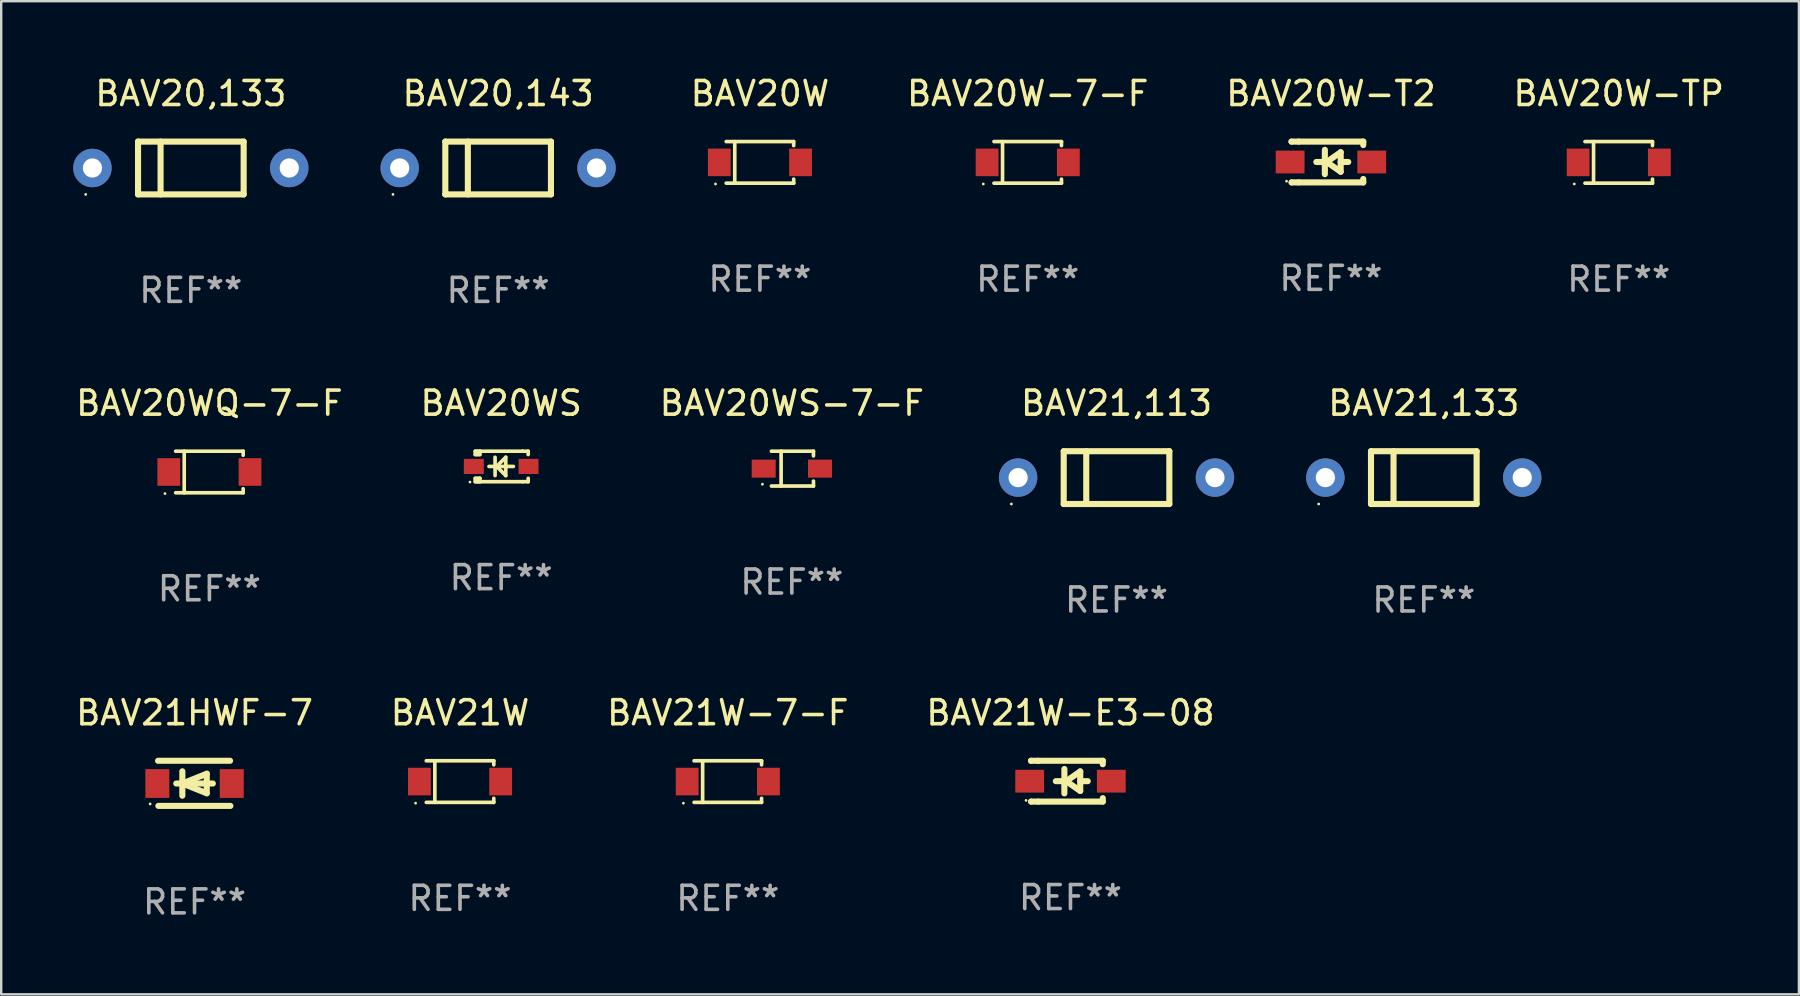
<source format=kicad_pcb>
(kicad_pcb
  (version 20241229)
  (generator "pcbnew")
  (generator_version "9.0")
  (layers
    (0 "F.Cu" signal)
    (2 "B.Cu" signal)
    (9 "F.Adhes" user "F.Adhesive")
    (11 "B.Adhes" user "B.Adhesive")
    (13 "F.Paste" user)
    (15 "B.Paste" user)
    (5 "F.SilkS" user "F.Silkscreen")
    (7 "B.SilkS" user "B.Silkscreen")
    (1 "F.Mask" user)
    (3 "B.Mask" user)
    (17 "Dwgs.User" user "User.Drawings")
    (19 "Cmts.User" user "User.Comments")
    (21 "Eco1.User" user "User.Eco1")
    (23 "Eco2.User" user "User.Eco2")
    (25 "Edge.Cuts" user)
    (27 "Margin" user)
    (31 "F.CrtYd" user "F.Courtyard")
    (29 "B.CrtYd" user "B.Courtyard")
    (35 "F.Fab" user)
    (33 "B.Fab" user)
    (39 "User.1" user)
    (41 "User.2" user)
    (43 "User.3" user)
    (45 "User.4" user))
  (footprint "BAV20W"
    (layer "F.Cu")
    (at 28.606 3.714)
    (property "Reference" "BAV20W" (at 0 -2.866 0) (layer "F.SilkS") (effects (font (size 1 1) (thickness 0.15))))
    (attr through_hole)
    (fp_line (start -1.406 -0.866) (end 1.406 -0.866) (stroke (width 0.152) (type solid)) (layer "F.SilkS"))
    (fp_line (start -1.406 0.866) (end 1.406 0.866) (stroke (width 0.152) (type solid)) (layer "F.SilkS"))
    (fp_line (start -1.049 -0.866) (end -1.049 0.866) (stroke (width 0.152) (type solid)) (layer "F.SilkS"))
    (fp_line (start 1.406 -0.866) (end 1.406 -0.698) (stroke (width 0.152) (type solid)) (layer "F.SilkS"))
    (fp_line (start 1.406 0.866) (end 1.406 0.698) (stroke (width 0.152) (type solid)) (layer "F.SilkS"))
    (fp_circle (center -1.851 0.9) (end -1.821 0.9) (stroke (width 0.06) (type solid)) (fill no) (layer "F.SilkS"))
    (fp_text user "REF**" (at 0 4.866 0) (layer "F.Fab") (effects (font (size 1 1) (thickness 0.15))))
    (pad "1" smd rect (at -1.692 0) (size 0.95 1.15) (layers "F.Cu" "F.Mask" "F.Paste"))
    (pad "2" smd rect (at 1.692 0) (size 0.95 1.15) (layers "F.Cu" "F.Mask" "F.Paste")))
  (footprint "BAV20WS-7-F"
    (layer "F.Cu")
    (at 29.935 16.471)
    (property "Reference" "BAV20WS-7-F" (at 0 -2.726 0) (layer "F.SilkS") (effects (font (size 1 1) (thickness 0.15))))
    (attr through_hole)
    (fp_line (start -0.851 -0.726) (end 0.901 -0.726) (stroke (width 0.152) (type solid)) (layer "F.SilkS"))
    (fp_line (start -0.851 0.726) (end 0.901 0.726) (stroke (width 0.152) (type solid)) (layer "F.SilkS"))
    (fp_line (start -0.447 -0.726) (end -0.447 0.726) (stroke (width 0.152) (type solid)) (layer "F.SilkS"))
    (fp_line (start 0.901 -0.726) (end 0.901 -0.53) (stroke (width 0.152) (type solid)) (layer "F.SilkS"))
    (fp_line (start 0.901 0.726) (end 0.901 0.52) (stroke (width 0.152) (type solid)) (layer "F.SilkS"))
    (fp_circle (center -1.225 0.65) (end -1.195 0.65) (stroke (width 0.06) (type solid)) (fill no) (layer "F.SilkS"))
    (fp_text user "REF**" (at 0 4.726 0) (layer "F.Fab") (effects (font (size 1 1) (thickness 0.15))))
    (pad "1" smd rect (at -1.173 0) (size 1 0.75) (layers "F.Cu" "F.Mask" "F.Paste"))
    (pad "2" smd rect (at 1.173 0) (size 1 0.75) (layers "F.Cu" "F.Mask" "F.Paste")))
  (footprint "BAV21HWF-7"
    (layer "F.Cu")
    (at 5.054 29.581)
    (property "Reference" "BAV21HWF-7" (at 0 -2.94 0) (layer "F.SilkS") (effects (font (size 1 1) (thickness 0.15))))
    (attr through_hole)
    (fp_line (start -1.52 -0.94) (end 1.48 -0.94) (stroke (width 0.254) (type solid)) (layer "F.SilkS"))
    (fp_line (start -1.507 0.94) (end 1.493 0.94) (stroke (width 0.254) (type solid)) (layer "F.SilkS"))
    (fp_line (start -0.762 0.007) (end 0.762 0.007) (stroke (width 0.254) (type solid)) (layer "F.SilkS"))
    (fp_line (start -0.508 -0.501) (end -0.508 0.515) (stroke (width 0.254) (type solid)) (layer "F.SilkS"))
    (fp_line (start -0.508 0.007) (end 0.508 -0.4) (stroke (width 0.254) (type solid)) (layer "F.SilkS"))
    (fp_line (start 0.508 -0.4) (end 0.508 0.413) (stroke (width 0.254) (type solid)) (layer "F.SilkS"))
    (fp_line (start 0.508 0.413) (end -0.508 0.007) (stroke (width 0.254) (type solid)) (layer "F.SilkS"))
    (fp_circle (center -1.85 0.857) (end -1.82 0.857) (stroke (width 0.06) (type solid)) (fill no) (layer "F.SilkS"))
    (fp_text user "REF**" (at 0 4.94 0) (layer "F.Fab") (effects (font (size 1 1) (thickness 0.15))))
    (pad "1" smd rect (at -1.55 0.007) (size 1 1.2) (layers "F.Cu" "F.Mask" "F.Paste"))
    (pad "2" smd rect (at 1.55 0.007) (size 1 1.2) (layers "F.Cu" "F.Mask" "F.Paste")))
  (footprint "BAV21W-E3-08"
    (layer "F.Cu")
    (at 41.542 29.491)
    (property "Reference" "BAV21W-E3-08" (at 0 -2.85 0) (layer "F.SilkS") (effects (font (size 1 1) (thickness 0.15))))
    (attr through_hole)
    (fp_line (start -1.643 -0.85) (end -1.644 -0.849) (stroke (width 0.254) (type solid)) (layer "F.SilkS"))
    (fp_line (start -1.638 0.85) (end -1.639 0.849) (stroke (width 0.254) (type solid)) (layer "F.SilkS"))
    (fp_line (start -1.346 -0.85) (end -1.643 -0.85) (stroke (width 0.254) (type solid)) (layer "F.SilkS"))
    (fp_line (start -1.346 -0.85) (end 1.346 -0.85) (stroke (width 0.254) (type solid)) (layer "F.SilkS"))
    (fp_line (start -1.346 0.85) (end -1.638 0.85) (stroke (width 0.254) (type solid)) (layer "F.SilkS"))
    (fp_line (start -0.28 0) (end -0.61 0) (stroke (width 0.254) (type solid)) (layer "F.SilkS"))
    (fp_line (start -0.254 -0.508) (end -0.254 0.508) (stroke (width 0.254) (type solid)) (layer "F.SilkS"))
    (fp_line (start -0.178 0) (end 0.406 -0.406) (stroke (width 0.254) (type solid)) (layer "F.SilkS"))
    (fp_line (start 0.406 -0.406) (end 0.406 0.406) (stroke (width 0.254) (type solid)) (layer "F.SilkS"))
    (fp_line (start 0.406 -0.000254) (end 0.72 -0.000254) (stroke (width 0.254) (type solid)) (layer "F.SilkS"))
    (fp_line (start 0.406 0.406) (end -0.178 0) (stroke (width 0.254) (type solid)) (layer "F.SilkS"))
    (fp_line (start 1.346 -0.85) (end 1.346 -0.706) (stroke (width 0.254) (type solid)) (layer "F.SilkS"))
    (fp_line (start 1.346 0.706) (end 1.346 0.85) (stroke (width 0.254) (type solid)) (layer "F.SilkS"))
    (fp_line (start 1.346 0.85) (end -1.346 0.85) (stroke (width 0.254) (type solid)) (layer "F.SilkS"))
    (fp_circle (center -1.85 0.8) (end -1.82 0.8) (stroke (width 0.06) (type solid)) (fill no) (layer "F.SilkS"))
    (fp_text user "REF**" (at 0 4.85 0) (layer "F.Fab") (effects (font (size 1 1) (thickness 0.15))))
    (pad "1" smd rect (at -1.7 0) (size 1.2 0.95) (layers "F.Cu" "F.Mask" "F.Paste"))
    (pad "2" smd rect (at 1.7 0) (size 1.2 0.95) (layers "F.Cu" "F.Mask" "F.Paste")))
  (footprint "BAV21W"
    (layer "F.Cu")
    (at 16.113 29.507)
    (property "Reference" "BAV21W" (at 0 -2.866 0) (layer "F.SilkS") (effects (font (size 1 1) (thickness 0.15))))
    (attr through_hole)
    (fp_line (start -1.406 -0.866) (end 1.406 -0.866) (stroke (width 0.152) (type solid)) (layer "F.SilkS"))
    (fp_line (start -1.406 0.866) (end 1.406 0.866) (stroke (width 0.152) (type solid)) (layer "F.SilkS"))
    (fp_line (start -1.049 -0.866) (end -1.049 0.866) (stroke (width 0.152) (type solid)) (layer "F.SilkS"))
    (fp_line (start 1.406 -0.866) (end 1.406 -0.698) (stroke (width 0.152) (type solid)) (layer "F.SilkS"))
    (fp_line (start 1.406 0.866) (end 1.406 0.698) (stroke (width 0.152) (type solid)) (layer "F.SilkS"))
    (fp_circle (center -1.851 0.9) (end -1.821 0.9) (stroke (width 0.06) (type solid)) (fill no) (layer "F.SilkS"))
    (fp_text user "REF**" (at 0 4.866 0) (layer "F.Fab") (effects (font (size 1 1) (thickness 0.15))))
    (pad "1" smd rect (at -1.692 0) (size 0.95 1.15) (layers "F.Cu" "F.Mask" "F.Paste"))
    (pad "2" smd rect (at 1.692 0) (size 0.95 1.15) (layers "F.Cu" "F.Mask" "F.Paste")))
  (footprint "BAV21,113"
    (layer "F.Cu")
    (at 43.46 16.845)
    (property "Reference" "BAV21,113" (at 0 -3.1 0) (layer "F.SilkS") (effects (font (size 1 1) (thickness 0.15))))
    (attr through_hole)
    (fp_line (start -2.2 -1.1) (end -2.2 1.1) (stroke (width 0.254) (type solid)) (layer "F.SilkS"))
    (fp_line (start -2.2 -1.1) (end 2.2 -1.1) (stroke (width 0.254) (type solid)) (layer "F.SilkS"))
    (fp_line (start -2.2 1.1) (end 2.2 1.1) (stroke (width 0.254) (type solid)) (layer "F.SilkS"))
    (fp_line (start -1.261 -1.1) (end -1.261 1.1) (stroke (width 0.254) (type solid)) (layer "F.SilkS"))
    (fp_line (start 2.2 -1.1) (end 2.2 1.1) (stroke (width 0.254) (type solid)) (layer "F.SilkS"))
    (fp_circle (center -4.38 1.1) (end -4.35 1.1) (stroke (width 0.06) (type solid)) (fill no) (layer "F.SilkS"))
    (fp_text user "REF**" (at 0 5.1 0) (layer "F.Fab") (effects (font (size 1 1) (thickness 0.15))))
    (pad "1" thru_hole circle (at -4.1 0) (size 1.6 1.6) (drill 0.8) (layers "*.Cu" "*.Mask"))
    (pad "2" thru_hole circle (at 4.1 0) (size 1.6 1.6) (drill 0.8) (layers "*.Cu" "*.Mask")))
  (footprint "BAV20W-T2"
    (layer "F.Cu")
    (at 52.392 3.698)
    (property "Reference" "BAV20W-T2" (at 0 -2.85 0) (layer "F.SilkS") (effects (font (size 1 1) (thickness 0.15))))
    (attr through_hole)
    (fp_line (start -1.643 -0.85) (end -1.644 -0.849) (stroke (width 0.254) (type solid)) (layer "F.SilkS"))
    (fp_line (start -1.638 0.85) (end -1.639 0.849) (stroke (width 0.254) (type solid)) (layer "F.SilkS"))
    (fp_line (start -1.346 -0.85) (end -1.643 -0.85) (stroke (width 0.254) (type solid)) (layer "F.SilkS"))
    (fp_line (start -1.346 -0.85) (end 1.346 -0.85) (stroke (width 0.254) (type solid)) (layer "F.SilkS"))
    (fp_line (start -1.346 0.85) (end -1.638 0.85) (stroke (width 0.254) (type solid)) (layer "F.SilkS"))
    (fp_line (start -0.28 0) (end -0.61 0) (stroke (width 0.254) (type solid)) (layer "F.SilkS"))
    (fp_line (start -0.254 -0.508) (end -0.254 0.508) (stroke (width 0.254) (type solid)) (layer "F.SilkS"))
    (fp_line (start -0.178 0) (end 0.406 -0.406) (stroke (width 0.254) (type solid)) (layer "F.SilkS"))
    (fp_line (start 0.406 -0.406) (end 0.406 0.406) (stroke (width 0.254) (type solid)) (layer "F.SilkS"))
    (fp_line (start 0.406 -0.000254) (end 0.72 -0.000254) (stroke (width 0.254) (type solid)) (layer "F.SilkS"))
    (fp_line (start 0.406 0.406) (end -0.178 0) (stroke (width 0.254) (type solid)) (layer "F.SilkS"))
    (fp_line (start 1.346 -0.85) (end 1.346 -0.706) (stroke (width 0.254) (type solid)) (layer "F.SilkS"))
    (fp_line (start 1.346 0.706) (end 1.346 0.85) (stroke (width 0.254) (type solid)) (layer "F.SilkS"))
    (fp_line (start 1.346 0.85) (end -1.346 0.85) (stroke (width 0.254) (type solid)) (layer "F.SilkS"))
    (fp_circle (center -1.85 0.8) (end -1.82 0.8) (stroke (width 0.06) (type solid)) (fill no) (layer "F.SilkS"))
    (fp_text user "REF**" (at 0 4.85 0) (layer "F.Fab") (effects (font (size 1 1) (thickness 0.15))))
    (pad "1" smd rect (at -1.7 0) (size 1.2 0.95) (layers "F.Cu" "F.Mask" "F.Paste"))
    (pad "2" smd rect (at 1.7 0) (size 1.2 0.95) (layers "F.Cu" "F.Mask" "F.Paste")))
  (footprint "BAV20WQ-7-F"
    (layer "F.Cu")
    (at 5.673 16.611)
    (property "Reference" "BAV20WQ-7-F" (at 0 -2.866 0) (layer "F.SilkS") (effects (font (size 1 1) (thickness 0.15))))
    (attr through_hole)
    (fp_line (start -1.406 -0.866) (end 1.406 -0.866) (stroke (width 0.152) (type solid)) (layer "F.SilkS"))
    (fp_line (start -1.406 0.866) (end 1.406 0.866) (stroke (width 0.152) (type solid)) (layer "F.SilkS"))
    (fp_line (start -1.049 -0.866) (end -1.049 0.866) (stroke (width 0.152) (type solid)) (layer "F.SilkS"))
    (fp_line (start 1.406 -0.866) (end 1.406 -0.698) (stroke (width 0.152) (type solid)) (layer "F.SilkS"))
    (fp_line (start 1.406 0.866) (end 1.406 0.698) (stroke (width 0.152) (type solid)) (layer "F.SilkS"))
    (fp_circle (center -1.851 0.9) (end -1.821 0.9) (stroke (width 0.06) (type solid)) (fill no) (layer "F.SilkS"))
    (fp_text user "REF**" (at 0 4.866 0) (layer "F.Fab") (effects (font (size 1 1) (thickness 0.15))))
    (pad "1" smd rect (at -1.692 0) (size 0.95 1.15) (layers "F.Cu" "F.Mask" "F.Paste"))
    (pad "2" smd rect (at 1.692 0) (size 0.95 1.15) (layers "F.Cu" "F.Mask" "F.Paste")))
  (footprint "BAV21,133"
    (layer "F.Cu")
    (at 56.26 16.845)
    (property "Reference" "BAV21,133" (at 0 -3.1 0) (layer "F.SilkS") (effects (font (size 1 1) (thickness 0.15))))
    (attr through_hole)
    (fp_line (start -2.2 -1.1) (end -2.2 1.1) (stroke (width 0.254) (type solid)) (layer "F.SilkS"))
    (fp_line (start -2.2 -1.1) (end 2.2 -1.1) (stroke (width 0.254) (type solid)) (layer "F.SilkS"))
    (fp_line (start -2.2 1.1) (end 2.2 1.1) (stroke (width 0.254) (type solid)) (layer "F.SilkS"))
    (fp_line (start -1.261 -1.1) (end -1.261 1.1) (stroke (width 0.254) (type solid)) (layer "F.SilkS"))
    (fp_line (start 2.2 -1.1) (end 2.2 1.1) (stroke (width 0.254) (type solid)) (layer "F.SilkS"))
    (fp_circle (center -4.38 1.1) (end -4.35 1.1) (stroke (width 0.06) (type solid)) (fill no) (layer "F.SilkS"))
    (fp_text user "REF**" (at 0 5.1 0) (layer "F.Fab") (effects (font (size 1 1) (thickness 0.15))))
    (pad "1" thru_hole circle (at -4.1 0) (size 1.6 1.6) (drill 0.8) (layers "*.Cu" "*.Mask"))
    (pad "2" thru_hole circle (at 4.1 0) (size 1.6 1.6) (drill 0.8) (layers "*.Cu" "*.Mask")))
  (footprint "BAV20W-7-F"
    (layer "F.Cu")
    (at 39.761 3.714)
    (property "Reference" "BAV20W-7-F" (at 0 -2.866 0) (layer "F.SilkS") (effects (font (size 1 1) (thickness 0.15))))
    (attr through_hole)
    (fp_line (start -1.406 -0.866) (end 1.406 -0.866) (stroke (width 0.152) (type solid)) (layer "F.SilkS"))
    (fp_line (start -1.406 0.866) (end 1.406 0.866) (stroke (width 0.152) (type solid)) (layer "F.SilkS"))
    (fp_line (start -1.049 -0.866) (end -1.049 0.866) (stroke (width 0.152) (type solid)) (layer "F.SilkS"))
    (fp_line (start 1.406 -0.866) (end 1.406 -0.698) (stroke (width 0.152) (type solid)) (layer "F.SilkS"))
    (fp_line (start 1.406 0.866) (end 1.406 0.698) (stroke (width 0.152) (type solid)) (layer "F.SilkS"))
    (fp_circle (center -1.851 0.9) (end -1.821 0.9) (stroke (width 0.06) (type solid)) (fill no) (layer "F.SilkS"))
    (fp_text user "REF**" (at 0 4.866 0) (layer "F.Fab") (effects (font (size 1 1) (thickness 0.15))))
    (pad "1" smd rect (at -1.692 0) (size 0.95 1.15) (layers "F.Cu" "F.Mask" "F.Paste"))
    (pad "2" smd rect (at 1.692 0) (size 0.95 1.15) (layers "F.Cu" "F.Mask" "F.Paste")))
  (footprint "BAV20,143"
    (layer "F.Cu")
    (at 17.7 3.948)
    (property "Reference" "BAV20,143" (at 0 -3.1 0) (layer "F.SilkS") (effects (font (size 1 1) (thickness 0.15))))
    (attr through_hole)
    (fp_line (start -2.2 -1.1) (end -2.2 1.1) (stroke (width 0.254) (type solid)) (layer "F.SilkS"))
    (fp_line (start -2.2 -1.1) (end 2.2 -1.1) (stroke (width 0.254) (type solid)) (layer "F.SilkS"))
    (fp_line (start -2.2 1.1) (end 2.2 1.1) (stroke (width 0.254) (type solid)) (layer "F.SilkS"))
    (fp_line (start -1.261 -1.1) (end -1.261 1.1) (stroke (width 0.254) (type solid)) (layer "F.SilkS"))
    (fp_line (start 2.2 -1.1) (end 2.2 1.1) (stroke (width 0.254) (type solid)) (layer "F.SilkS"))
    (fp_circle (center -4.38 1.1) (end -4.35 1.1) (stroke (width 0.06) (type solid)) (fill no) (layer "F.SilkS"))
    (fp_text user "REF**" (at 0 5.1 0) (layer "F.Fab") (effects (font (size 1 1) (thickness 0.15))))
    (pad "1" thru_hole circle (at -4.1 0) (size 1.6 1.6) (drill 0.8) (layers "*.Cu" "*.Mask"))
    (pad "2" thru_hole circle (at 4.1 0) (size 1.6 1.6) (drill 0.8) (layers "*.Cu" "*.Mask")))
  (footprint "BAV20,133"
    (layer "F.Cu")
    (at 4.9 3.948)
    (property "Reference" "BAV20,133" (at 0 -3.1 0) (layer "F.SilkS") (effects (font (size 1 1) (thickness 0.15))))
    (attr through_hole)
    (fp_line (start -2.2 -1.1) (end -2.2 1.1) (stroke (width 0.254) (type solid)) (layer "F.SilkS"))
    (fp_line (start -2.2 -1.1) (end 2.2 -1.1) (stroke (width 0.254) (type solid)) (layer "F.SilkS"))
    (fp_line (start -2.2 1.1) (end 2.2 1.1) (stroke (width 0.254) (type solid)) (layer "F.SilkS"))
    (fp_line (start -1.261 -1.1) (end -1.261 1.1) (stroke (width 0.254) (type solid)) (layer "F.SilkS"))
    (fp_line (start 2.2 -1.1) (end 2.2 1.1) (stroke (width 0.254) (type solid)) (layer "F.SilkS"))
    (fp_circle (center -4.38 1.1) (end -4.35 1.1) (stroke (width 0.06) (type solid)) (fill no) (layer "F.SilkS"))
    (fp_text user "REF**" (at 0 5.1 0) (layer "F.Fab") (effects (font (size 1 1) (thickness 0.15))))
    (pad "1" thru_hole circle (at -4.1 0) (size 1.6 1.6) (drill 0.8) (layers "*.Cu" "*.Mask"))
    (pad "2" thru_hole circle (at 4.1 0) (size 1.6 1.6) (drill 0.8) (layers "*.Cu" "*.Mask")))
  (footprint "BAV21W-7-F"
    (layer "F.Cu")
    (at 27.268 29.507)
    (property "Reference" "BAV21W-7-F" (at 0 -2.866 0) (layer "F.SilkS") (effects (font (size 1 1) (thickness 0.15))))
    (attr through_hole)
    (fp_line (start -1.406 -0.866) (end 1.406 -0.866) (stroke (width 0.152) (type solid)) (layer "F.SilkS"))
    (fp_line (start -1.406 0.866) (end 1.406 0.866) (stroke (width 0.152) (type solid)) (layer "F.SilkS"))
    (fp_line (start -1.049 -0.866) (end -1.049 0.866) (stroke (width 0.152) (type solid)) (layer "F.SilkS"))
    (fp_line (start 1.406 -0.866) (end 1.406 -0.698) (stroke (width 0.152) (type solid)) (layer "F.SilkS"))
    (fp_line (start 1.406 0.866) (end 1.406 0.698) (stroke (width 0.152) (type solid)) (layer "F.SilkS"))
    (fp_circle (center -1.851 0.9) (end -1.821 0.9) (stroke (width 0.06) (type solid)) (fill no) (layer "F.SilkS"))
    (fp_text user "REF**" (at 0 4.866 0) (layer "F.Fab") (effects (font (size 1 1) (thickness 0.15))))
    (pad "1" smd rect (at -1.692 0) (size 0.95 1.15) (layers "F.Cu" "F.Mask" "F.Paste"))
    (pad "2" smd rect (at 1.692 0) (size 0.95 1.15) (layers "F.Cu" "F.Mask" "F.Paste")))
  (footprint "BAV20WS"
    (layer "F.Cu")
    (at 17.827 16.38)
    (property "Reference" "BAV20WS" (at 0 -2.635 0) (layer "F.SilkS") (effects (font (size 1 1) (thickness 0.15))))
    (attr through_hole)
    (fp_line (start -1.08 -0.635) (end -1.08 -0.495) (stroke (width 0.152) (type solid)) (layer "F.SilkS"))
    (fp_line (start -1.08 0.495) (end -1.08 0.635) (stroke (width 0.152) (type solid)) (layer "F.SilkS"))
    (fp_line (start -1.08 0.495) (end -0.889 0.495) (stroke (width 0.152) (type solid)) (layer "F.SilkS"))
    (fp_line (start -1.08 0.635) (end -0.889 0.635) (stroke (width 0.152) (type solid)) (layer "F.SilkS"))
    (fp_line (start -1.003 0.635) (end -0.986 0.635) (stroke (width 0.152) (type solid)) (layer "F.SilkS"))
    (fp_line (start -0.986 -0.495) (end -0.986 -0.635) (stroke (width 0.152) (type solid)) (layer "F.SilkS"))
    (fp_line (start -0.986 0.635) (end -0.986 0.495) (stroke (width 0.152) (type solid)) (layer "F.SilkS"))
    (fp_line (start -0.889 -0.635) (end -1.08 -0.635) (stroke (width 0.152) (type solid)) (layer "F.SilkS"))
    (fp_line (start -0.889 -0.635) (end -0.889 -0.595) (stroke (width 0.152) (type solid)) (layer "F.SilkS"))
    (fp_line (start -0.889 -0.635) (end 0.889 -0.635) (stroke (width 0.152) (type solid)) (layer "F.SilkS"))
    (fp_line (start -0.889 -0.595) (end -0.889 -0.495) (stroke (width 0.152) (type solid)) (layer "F.SilkS"))
    (fp_line (start -0.889 -0.495) (end -1.08 -0.495) (stroke (width 0.152) (type solid)) (layer "F.SilkS"))
    (fp_line (start -0.889 0.495) (end -0.889 0.595) (stroke (width 0.152) (type solid)) (layer "F.SilkS"))
    (fp_line (start -0.889 0.495) (end -0.889 0.495) (stroke (width 0.152) (type solid)) (layer "F.SilkS"))
    (fp_line (start -0.889 0.595) (end -0.889 0.635) (stroke (width 0.152) (type solid)) (layer "F.SilkS"))
    (fp_line (start -0.889 0.635) (end 0.889 0.635) (stroke (width 0.152) (type solid)) (layer "F.SilkS"))
    (fp_line (start -0.254 -0.381) (end -0.254 0.381) (stroke (width 0.152) (type solid)) (layer "F.SilkS"))
    (fp_line (start -0.191 0) (end -0.191 0) (stroke (width 0.152) (type solid)) (layer "F.SilkS"))
    (fp_line (start -0.191 0) (end 0.191 -0.381) (stroke (width 0.152) (type solid)) (layer "F.SilkS"))
    (fp_line (start 0.191 -0.381) (end 0.191 0.381) (stroke (width 0.152) (type solid)) (layer "F.SilkS"))
    (fp_line (start 0.191 0.381) (end -0.191 0) (stroke (width 0.152) (type solid)) (layer "F.SilkS"))
    (fp_line (start 0.508 0) (end -0.508 0) (stroke (width 0.152) (type solid)) (layer "F.SilkS"))
    (fp_line (start 0.889 -0.635) (end 1.125 -0.635) (stroke (width 0.152) (type solid)) (layer "F.SilkS"))
    (fp_line (start 1.125 -0.635) (end 1.125 -0.495) (stroke (width 0.152) (type solid)) (layer "F.SilkS"))
    (fp_line (start 1.125 0.495) (end 1.125 0.635) (stroke (width 0.152) (type solid)) (layer "F.SilkS"))
    (fp_line (start 1.125 0.635) (end 0.889 0.635) (stroke (width 0.152) (type solid)) (layer "F.SilkS"))
    (fp_circle (center -1.3 0.65) (end -1.27 0.65) (stroke (width 0.06) (type solid)) (fill no) (layer "F.SilkS"))
    (fp_text user "REF**" (at 0 4.635 0) (layer "F.Fab") (effects (font (size 1 1) (thickness 0.15))))
    (pad "1" smd rect (at -1.14 0 90) (size 0.63 0.83) (layers "F.Cu" "F.Mask" "F.Paste"))
    (pad "2" smd rect (at 1.14 0 90) (size 0.63 0.83) (layers "F.Cu" "F.Mask" "F.Paste")))
  (footprint "BAV20W-TP"
    (layer "F.Cu")
    (at 64.38 3.714)
    (property "Reference" "BAV20W-TP" (at 0 -2.866 0) (layer "F.SilkS") (effects (font (size 1 1) (thickness 0.15))))
    (attr through_hole)
    (fp_line (start -1.406 -0.866) (end 1.406 -0.866) (stroke (width 0.152) (type solid)) (layer "F.SilkS"))
    (fp_line (start -1.406 0.866) (end 1.406 0.866) (stroke (width 0.152) (type solid)) (layer "F.SilkS"))
    (fp_line (start -1.049 -0.866) (end -1.049 0.866) (stroke (width 0.152) (type solid)) (layer "F.SilkS"))
    (fp_line (start 1.406 -0.866) (end 1.406 -0.698) (stroke (width 0.152) (type solid)) (layer "F.SilkS"))
    (fp_line (start 1.406 0.866) (end 1.406 0.698) (stroke (width 0.152) (type solid)) (layer "F.SilkS"))
    (fp_circle (center -1.851 0.9) (end -1.821 0.9) (stroke (width 0.06) (type solid)) (fill no) (layer "F.SilkS"))
    (fp_text user "REF**" (at 0 4.866 0) (layer "F.Fab") (effects (font (size 1 1) (thickness 0.15))))
    (pad "1" smd rect (at -1.692 0) (size 0.95 1.15) (layers "F.Cu" "F.Mask" "F.Paste"))
    (pad "2" smd rect (at 1.692 0) (size 0.95 1.15) (layers "F.Cu" "F.Mask" "F.Paste")))
  (gr_rect
    (start -3 -3)
    (end 71.886 38.369)
    (stroke (width 0.1) (type default))
    (fill no)
    (layer "Edge.Cuts")))
</source>
